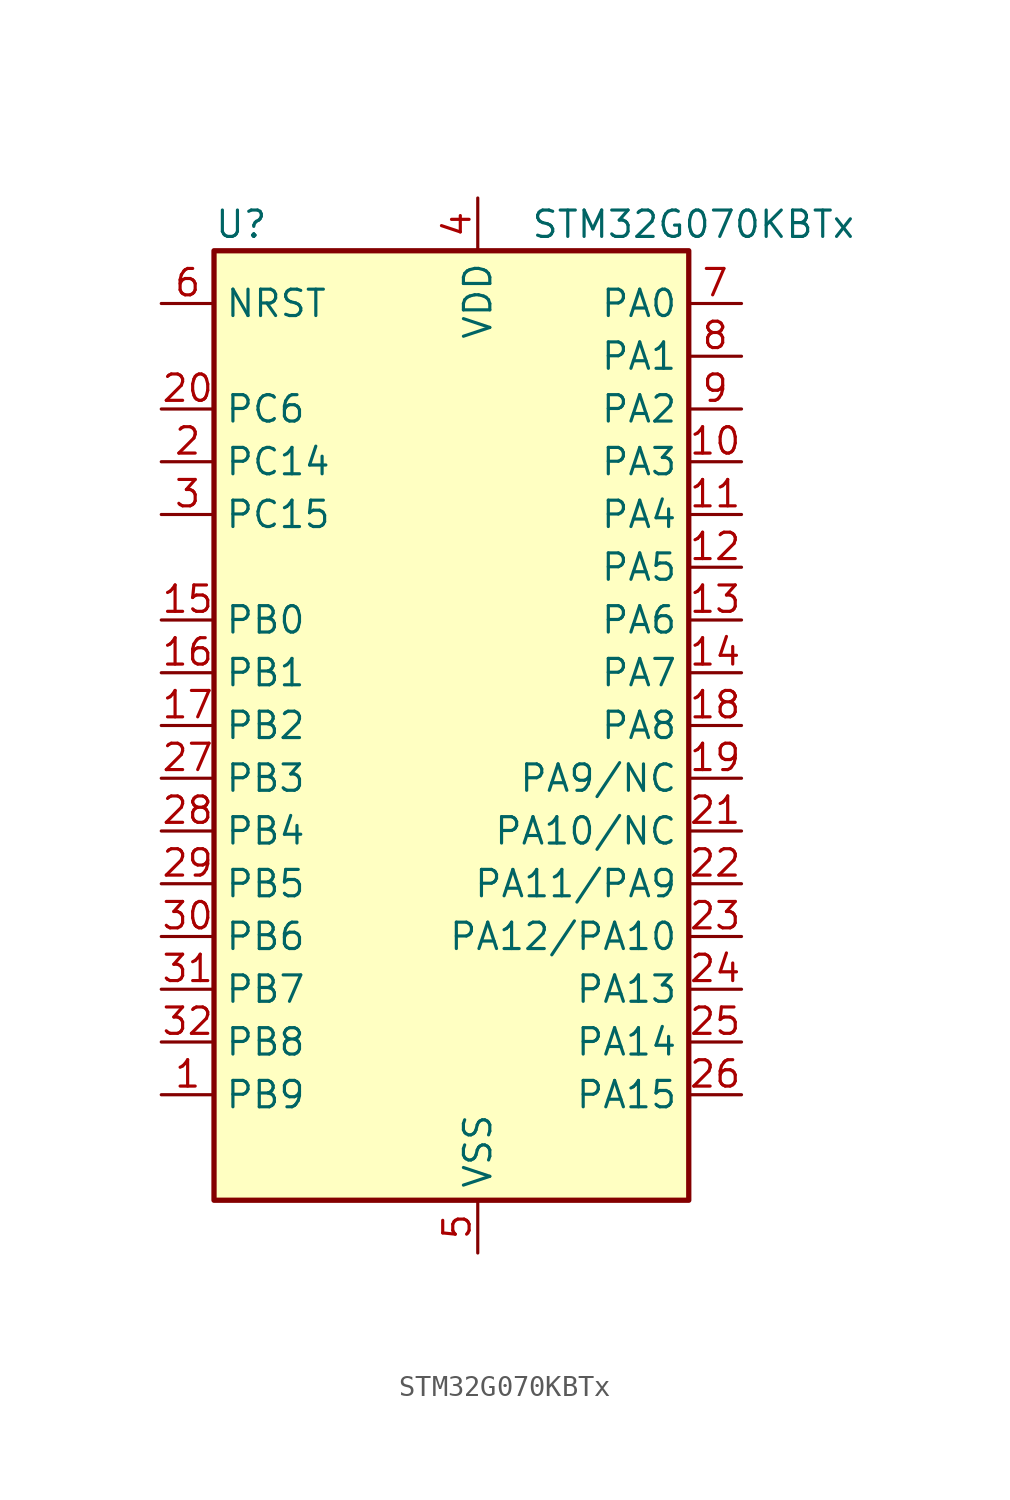
<source format=kicad_sym>
(kicad_symbol_lib
  (version 20211014)
  (generator kicad-library-utils)
  (symbol "STM32G070KBTx"
    (property "Reference" "U"
      (at -10.16 24.13 0)
      (effects (font (size 1.27 1.27)) (justify left)))
    (property "Value" "STM32G070KBTx"
      (at 5.08 24.13 0)
      (effects (font (size 1.27 1.27)) (justify left)))
    (property "ki_fp_filters" "LQFP*7x7mm*P0.8mm*"
      (at 0.0 0.0 0.0)
      (effects (font (size 1.27 1.27))))
    (symbol "STM32G070KBTx_0_1"
      (rectangle (start -10.16 -22.86) (end 12.7 22.86) (stroke (width 0.254)) (fill (type background))))
    (symbol "STM32G070KBTx_1_1"
      (pin input line (at -12.7 20.32 0) (length 2.54) (name "NRST" (effects (font (size 1.27 1.27)))) (number "6" (effects (font (size 1.27 1.27)))))
      (pin bidirectional line (at -12.7 15.24 0) (length 2.54) (name "PC6" (effects (font (size 1.27 1.27)))) (number "20" (effects (font (size 1.27 1.27)))) (alternate "TIM3_CH1" bidirectional line))
      (pin bidirectional line (at -12.7 12.7 0) (length 2.54) (name "PC14" (effects (font (size 1.27 1.27)))) (number "2" (effects (font (size 1.27 1.27)))) (alternate "RCC_OSC32_IN" bidirectional line) (alternate "RCC_OSC_IN" bidirectional line) (alternate "TIM1_BK2" bidirectional line))
      (pin bidirectional line (at -12.7 10.16 0) (length 2.54) (name "PC15" (effects (font (size 1.27 1.27)))) (number "3" (effects (font (size 1.27 1.27)))) (alternate "RCC_OSC32_EN" bidirectional line) (alternate "RCC_OSC32_OUT" bidirectional line) (alternate "RCC_OSC_EN" bidirectional line) (alternate "TIM15_BK" bidirectional line))
      (pin bidirectional line (at -12.7 5.08 0) (length 2.54) (name "PB0" (effects (font (size 1.27 1.27)))) (number "15" (effects (font (size 1.27 1.27)))) (alternate "ADC1_IN8" bidirectional line) (alternate "I2S1_WS" bidirectional line) (alternate "SPI1_NSS" bidirectional line) (alternate "TIM1_CH2N" bidirectional line) (alternate "TIM3_CH3" bidirectional line) (alternate "USART3_RX" bidirectional line))
      (pin bidirectional line (at -12.7 2.54 0) (length 2.54) (name "PB1" (effects (font (size 1.27 1.27)))) (number "16" (effects (font (size 1.27 1.27)))) (alternate "ADC1_IN9" bidirectional line) (alternate "TIM14_CH1" bidirectional line) (alternate "TIM1_CH3N" bidirectional line) (alternate "TIM3_CH4" bidirectional line) (alternate "USART3_CK" bidirectional line) (alternate "USART3_DE" bidirectional line) (alternate "USART3_RTS" bidirectional line))
      (pin bidirectional line (at -12.7 0.0 0) (length 2.54) (name "PB2" (effects (font (size 1.27 1.27)))) (number "17" (effects (font (size 1.27 1.27)))) (alternate "ADC1_IN10" bidirectional line) (alternate "SPI2_MISO" bidirectional line) (alternate "USART3_TX" bidirectional line))
      (pin bidirectional line (at -12.7 -2.54 0) (length 2.54) (name "PB3" (effects (font (size 1.27 1.27)))) (number "27" (effects (font (size 1.27 1.27)))) (alternate "I2S1_CK" bidirectional line) (alternate "SPI1_SCK" bidirectional line) (alternate "TIM1_CH2" bidirectional line) (alternate "USART1_CK" bidirectional line) (alternate "USART1_DE" bidirectional line) (alternate "USART1_RTS" bidirectional line))
      (pin bidirectional line (at -12.7 -5.08 0) (length 2.54) (name "PB4" (effects (font (size 1.27 1.27)))) (number "28" (effects (font (size 1.27 1.27)))) (alternate "I2S1_MCK" bidirectional line) (alternate "SPI1_MISO" bidirectional line) (alternate "TIM17_BK" bidirectional line) (alternate "TIM3_CH1" bidirectional line) (alternate "USART1_CTS" bidirectional line) (alternate "USART1_NSS" bidirectional line))
      (pin bidirectional line (at -12.7 -7.62 0) (length 2.54) (name "PB5" (effects (font (size 1.27 1.27)))) (number "29" (effects (font (size 1.27 1.27)))) (alternate "I2C1_SMBA" bidirectional line) (alternate "I2S1_SD" bidirectional line) (alternate "SPI1_MOSI" bidirectional line) (alternate "SYS_WKUP6" bidirectional line) (alternate "TIM16_BK" bidirectional line) (alternate "TIM3_CH2" bidirectional line))
      (pin bidirectional line (at -12.7 -10.16 0) (length 2.54) (name "PB6" (effects (font (size 1.27 1.27)))) (number "30" (effects (font (size 1.27 1.27)))) (alternate "I2C1_SCL" bidirectional line) (alternate "SPI2_MISO" bidirectional line) (alternate "TIM16_CH1N" bidirectional line) (alternate "TIM1_CH3" bidirectional line) (alternate "USART1_TX" bidirectional line))
      (pin bidirectional line (at -12.7 -12.7 0) (length 2.54) (name "PB7" (effects (font (size 1.27 1.27)))) (number "31" (effects (font (size 1.27 1.27)))) (alternate "I2C1_SDA" bidirectional line) (alternate "SPI2_MOSI" bidirectional line) (alternate "TIM17_CH1N" bidirectional line) (alternate "USART1_RX" bidirectional line) (alternate "USART4_CTS" bidirectional line) (alternate "USART4_NSS" bidirectional line))
      (pin bidirectional line (at -12.7 -15.24 0) (length 2.54) (name "PB8" (effects (font (size 1.27 1.27)))) (number "32" (effects (font (size 1.27 1.27)))) (alternate "I2C1_SCL" bidirectional line) (alternate "SPI2_SCK" bidirectional line) (alternate "TIM15_BK" bidirectional line) (alternate "TIM16_CH1" bidirectional line) (alternate "USART3_TX" bidirectional line))
      (pin bidirectional line (at -12.7 -17.78 0) (length 2.54) (name "PB9" (effects (font (size 1.27 1.27)))) (number "1" (effects (font (size 1.27 1.27)))) (alternate "I2C1_SDA" bidirectional line) (alternate "IR_OUT" bidirectional line) (alternate "SPI2_NSS" bidirectional line) (alternate "TIM17_CH1" bidirectional line) (alternate "USART3_RX" bidirectional line))
      (pin bidirectional line (at 15.24 20.32 180) (length 2.54) (name "PA0" (effects (font (size 1.27 1.27)))) (number "7" (effects (font (size 1.27 1.27)))) (alternate "ADC1_IN0" bidirectional line) (alternate "RTC_TAMP_IN2" bidirectional line) (alternate "SPI2_SCK" bidirectional line) (alternate "SYS_WKUP1" bidirectional line) (alternate "USART2_CTS" bidirectional line) (alternate "USART2_NSS" bidirectional line) (alternate "USART4_TX" bidirectional line))
      (pin bidirectional line (at 15.24 17.78 180) (length 2.54) (name "PA1" (effects (font (size 1.27 1.27)))) (number "8" (effects (font (size 1.27 1.27)))) (alternate "ADC1_IN1" bidirectional line) (alternate "I2C1_SMBA" bidirectional line) (alternate "I2S1_CK" bidirectional line) (alternate "SPI1_SCK" bidirectional line) (alternate "TIM15_CH1N" bidirectional line) (alternate "USART2_CK" bidirectional line) (alternate "USART2_DE" bidirectional line) (alternate "USART2_RTS" bidirectional line) (alternate "USART4_RX" bidirectional line))
      (pin bidirectional line (at 15.24 15.24 180) (length 2.54) (name "PA2" (effects (font (size 1.27 1.27)))) (number "9" (effects (font (size 1.27 1.27)))) (alternate "ADC1_IN2" bidirectional line) (alternate "I2S1_SD" bidirectional line) (alternate "RCC_LSCO" bidirectional line) (alternate "SPI1_MOSI" bidirectional line) (alternate "SYS_WKUP4" bidirectional line) (alternate "TIM15_CH1" bidirectional line) (alternate "USART2_TX" bidirectional line))
      (pin bidirectional line (at 15.24 12.7 180) (length 2.54) (name "PA3" (effects (font (size 1.27 1.27)))) (number "10" (effects (font (size 1.27 1.27)))) (alternate "ADC1_IN3" bidirectional line) (alternate "SPI2_MISO" bidirectional line) (alternate "TIM15_CH2" bidirectional line) (alternate "USART2_RX" bidirectional line))
      (pin bidirectional line (at 15.24 10.16 180) (length 2.54) (name "PA4" (effects (font (size 1.27 1.27)))) (number "11" (effects (font (size 1.27 1.27)))) (alternate "ADC1_IN4" bidirectional line) (alternate "I2S1_WS" bidirectional line) (alternate "RTC_OUT_ALARM" bidirectional line) (alternate "RTC_OUT_CALIB" bidirectional line) (alternate "RTC_TAMP_IN1" bidirectional line) (alternate "RTC_TS" bidirectional line) (alternate "SPI1_NSS" bidirectional line) (alternate "SPI2_MOSI" bidirectional line) (alternate "SYS_WKUP2" bidirectional line) (alternate "TIM14_CH1" bidirectional line))
      (pin bidirectional line (at 15.24 7.62 180) (length 2.54) (name "PA5" (effects (font (size 1.27 1.27)))) (number "12" (effects (font (size 1.27 1.27)))) (alternate "ADC1_IN5" bidirectional line) (alternate "I2S1_CK" bidirectional line) (alternate "SPI1_SCK" bidirectional line) (alternate "USART3_TX" bidirectional line))
      (pin bidirectional line (at 15.24 5.08 180) (length 2.54) (name "PA6" (effects (font (size 1.27 1.27)))) (number "13" (effects (font (size 1.27 1.27)))) (alternate "ADC1_IN6" bidirectional line) (alternate "I2S1_MCK" bidirectional line) (alternate "SPI1_MISO" bidirectional line) (alternate "TIM16_CH1" bidirectional line) (alternate "TIM1_BK" bidirectional line) (alternate "TIM3_CH1" bidirectional line) (alternate "USART3_CTS" bidirectional line) (alternate "USART3_NSS" bidirectional line))
      (pin bidirectional line (at 15.24 2.54 180) (length 2.54) (name "PA7" (effects (font (size 1.27 1.27)))) (number "14" (effects (font (size 1.27 1.27)))) (alternate "ADC1_IN7" bidirectional line) (alternate "I2S1_SD" bidirectional line) (alternate "SPI1_MOSI" bidirectional line) (alternate "TIM14_CH1" bidirectional line) (alternate "TIM17_CH1" bidirectional line) (alternate "TIM1_CH1N" bidirectional line) (alternate "TIM3_CH2" bidirectional line))
      (pin bidirectional line (at 15.24 0.0 180) (length 2.54) (name "PA8" (effects (font (size 1.27 1.27)))) (number "18" (effects (font (size 1.27 1.27)))) (alternate "RCC_MCO" bidirectional line) (alternate "SPI2_NSS" bidirectional line) (alternate "TIM1_CH1" bidirectional line))
      (pin bidirectional line (at 15.24 -2.54 180) (length 2.54) (name "PA9/NC" (effects (font (size 1.27 1.27)))) (number "19" (effects (font (size 1.27 1.27)))) (alternate "I2C1_SCL" bidirectional line) (alternate "RCC_MCO" bidirectional line) (alternate "SPI2_MISO" bidirectional line) (alternate "TIM15_BK" bidirectional line) (alternate "TIM1_CH2" bidirectional line) (alternate "USART1_TX" bidirectional line))
      (pin bidirectional line (at 15.24 -5.08 180) (length 2.54) (name "PA10/NC" (effects (font (size 1.27 1.27)))) (number "21" (effects (font (size 1.27 1.27)))) (alternate "I2C1_SDA" bidirectional line) (alternate "SPI2_MOSI" bidirectional line) (alternate "TIM17_BK" bidirectional line) (alternate "TIM1_CH3" bidirectional line) (alternate "USART1_RX" bidirectional line))
      (pin bidirectional line (at 15.24 -7.62 180) (length 2.54) (name "PA11/PA9" (effects (font (size 1.27 1.27)))) (number "22" (effects (font (size 1.27 1.27)))) (alternate "ADC1_EXTI11" bidirectional line) (alternate "I2C2_SCL" bidirectional line) (alternate "I2S1_MCK" bidirectional line) (alternate "SPI1_MISO" bidirectional line) (alternate "TIM1_BK2" bidirectional line) (alternate "TIM1_CH4" bidirectional line) (alternate "USART1_CTS" bidirectional line) (alternate "USART1_NSS" bidirectional line))
      (pin bidirectional line (at 15.24 -10.16 180) (length 2.54) (name "PA12/PA10" (effects (font (size 1.27 1.27)))) (number "23" (effects (font (size 1.27 1.27)))) (alternate "I2C2_SDA" bidirectional line) (alternate "I2S1_SD" bidirectional line) (alternate "I2S_CKIN" bidirectional line) (alternate "SPI1_MOSI" bidirectional line) (alternate "TIM1_ETR" bidirectional line) (alternate "USART1_CK" bidirectional line) (alternate "USART1_DE" bidirectional line) (alternate "USART1_RTS" bidirectional line))
      (pin bidirectional line (at 15.24 -12.7 180) (length 2.54) (name "PA13" (effects (font (size 1.27 1.27)))) (number "24" (effects (font (size 1.27 1.27)))) (alternate "IR_OUT" bidirectional line) (alternate "SYS_SWDIO" bidirectional line))
      (pin bidirectional line (at 15.24 -15.24 180) (length 2.54) (name "PA14" (effects (font (size 1.27 1.27)))) (number "25" (effects (font (size 1.27 1.27)))) (alternate "SYS_SWCLK" bidirectional line) (alternate "USART2_TX" bidirectional line))
      (pin bidirectional line (at 15.24 -17.78 180) (length 2.54) (name "PA15" (effects (font (size 1.27 1.27)))) (number "26" (effects (font (size 1.27 1.27)))) (alternate "I2S1_WS" bidirectional line) (alternate "SPI1_NSS" bidirectional line) (alternate "USART2_RX" bidirectional line) (alternate "USART3_CK" bidirectional line) (alternate "USART3_DE" bidirectional line) (alternate "USART3_RTS" bidirectional line) (alternate "USART4_CK" bidirectional line) (alternate "USART4_DE" bidirectional line) (alternate "USART4_RTS" bidirectional line))
      (pin power_in line (at 2.54 25.4 270) (length 2.54) (name "VDD" (effects (font (size 1.27 1.27)))) (number "4" (effects (font (size 1.27 1.27)))))
      (pin power_in line (at 2.54 -25.4 90) (length 2.54) (name "VSS" (effects (font (size 1.27 1.27)))) (number "5" (effects (font (size 1.27 1.27))))))))
</source>
